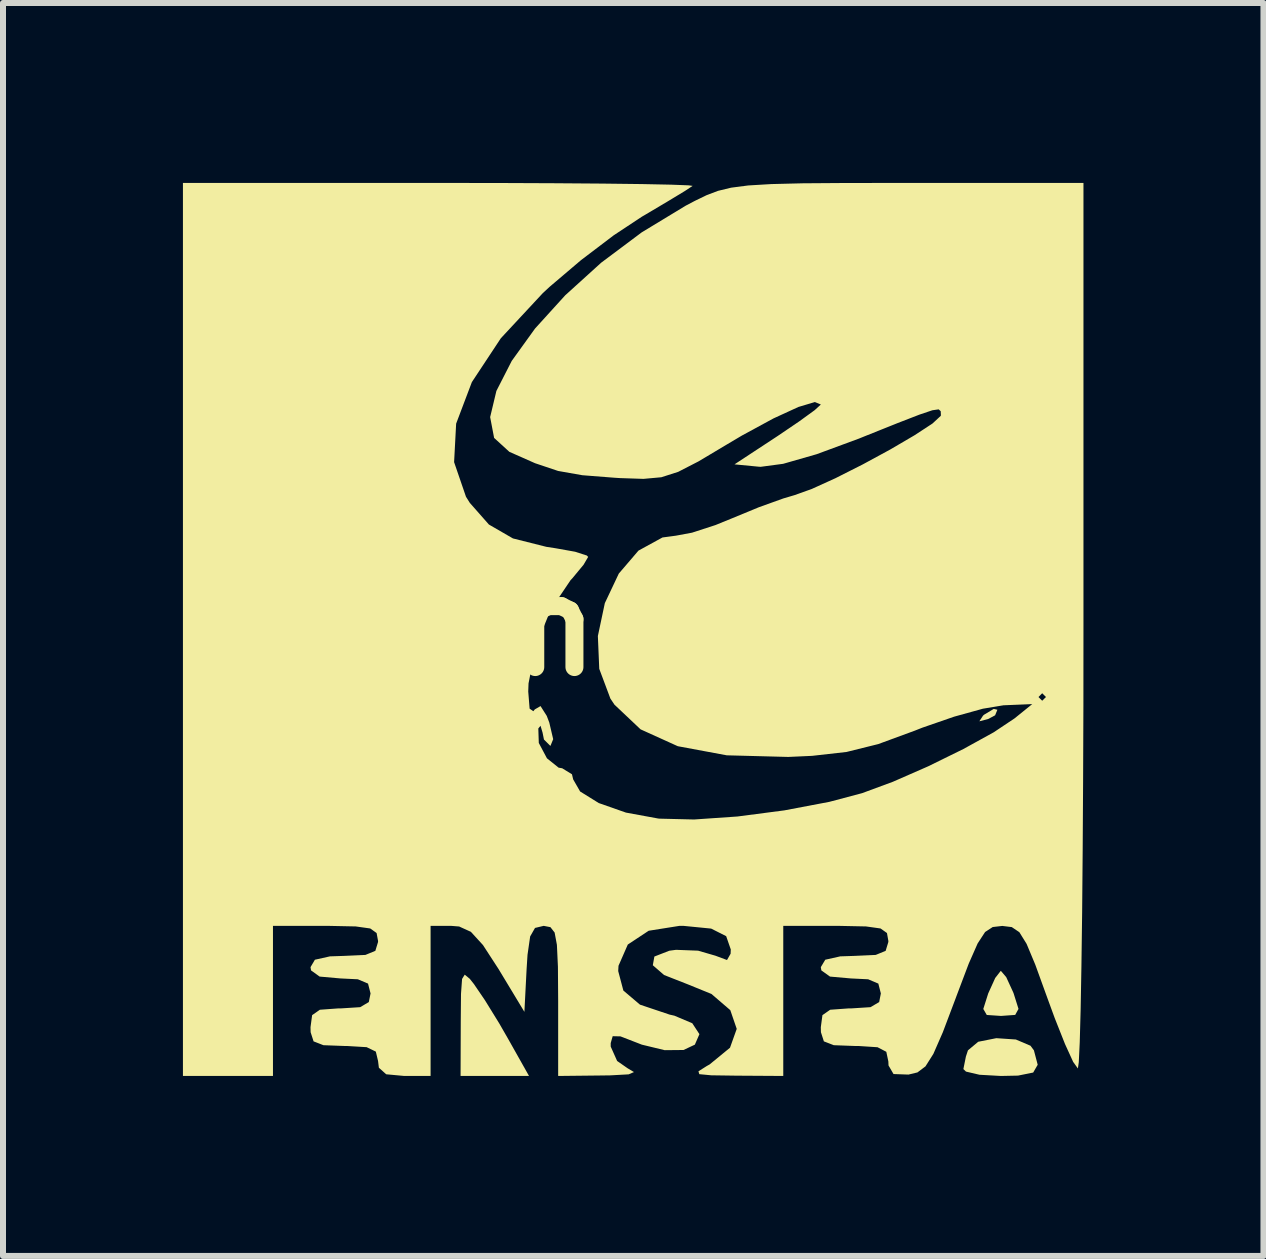
<source format=kicad_pcb>
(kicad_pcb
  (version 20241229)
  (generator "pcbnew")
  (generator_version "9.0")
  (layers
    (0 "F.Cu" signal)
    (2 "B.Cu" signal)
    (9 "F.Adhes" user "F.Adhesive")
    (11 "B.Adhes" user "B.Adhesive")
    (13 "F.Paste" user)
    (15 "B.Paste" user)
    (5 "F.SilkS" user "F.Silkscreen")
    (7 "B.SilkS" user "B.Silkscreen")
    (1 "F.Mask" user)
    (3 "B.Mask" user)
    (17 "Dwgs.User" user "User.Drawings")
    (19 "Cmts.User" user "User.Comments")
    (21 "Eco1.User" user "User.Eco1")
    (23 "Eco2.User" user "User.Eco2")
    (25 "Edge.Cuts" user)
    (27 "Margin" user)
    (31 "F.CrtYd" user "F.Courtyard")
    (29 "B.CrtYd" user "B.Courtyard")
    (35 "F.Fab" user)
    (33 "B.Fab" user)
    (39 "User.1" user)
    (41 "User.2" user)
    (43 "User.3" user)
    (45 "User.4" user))
  (footprint "ensea"
    (layer "F.Cu")
    (at 7.507 7.382)
    (property "Reference" "ensea" (at 0 0 0) (layer "F.SilkS") (effects (font (size 1.524 1.524) (thickness 0.3))))
    (attr board_only exclude_from_pos_files exclude_from_bom)
    (fp_poly (pts (xy 6.072 1.401) (xy 6.034 1.494) (xy 5.917 1.556) (xy 5.771 1.594) (xy 5.831 1.502) (xy 5.847 1.486) (xy 6.011 1.387)) (stroke (width 0) (type solid)) (fill yes) (layer "F.SilkS"))
    (fp_poly (pts (xy -2.725 5.887) (xy -2.656 5.974) (xy -2.472 6.244) (xy -2.235 6.628) (xy -2.089 6.882) (xy -1.737 7.507) (xy -2.878 7.507) (xy -2.875 6.6) (xy -2.871 6.138) (xy -2.853 5.889) (xy -2.809 5.818)) (stroke (width 0) (type solid)) (fill yes) (layer "F.SilkS"))
    (fp_poly (pts (xy 6.219 5.859) (xy 6.335 6.111) (xy 6.343 6.131) (xy 6.424 6.389) (xy 6.369 6.489) (xy 6.134 6.506) (xy 6.131 6.506) (xy 5.895 6.49) (xy 5.837 6.39) (xy 5.918 6.134) (xy 5.919 6.131) (xy 6.036 5.873) (xy 6.127 5.756) (xy 6.131 5.756)) (stroke (width 0) (type solid)) (fill yes) (layer "F.SilkS"))
    (fp_poly (pts (xy 6.38 6.899) (xy 6.624 7.003) (xy 6.681 7.08) (xy 6.744 7.32) (xy 6.669 7.45) (xy 6.416 7.501) (xy 6.131 7.507) (xy 5.774 7.487) (xy 5.548 7.434) (xy 5.505 7.392) (xy 5.547 7.183) (xy 5.581 7.08) (xy 5.752 6.937) (xy 6.054 6.877)) (stroke (width 0) (type solid)) (fill yes) (layer "F.SilkS"))
    (fp_poly (pts (xy -2.229 -7.381) (xy -1.313 -7.377) (xy -0.511 -7.371) (xy 0.148 -7.363) (xy 0.635 -7.353) (xy 0.923 -7.342) (xy 0.991 -7.333) (xy 0.864 -7.249) (xy 0.58 -7.077) (xy 0.196 -6.849) (xy 0.146 -6.82) (xy -0.326 -6.508) (xy -0.871 -6.094) (xy -1.389 -5.654) (xy -1.505 -5.547) (xy -2.207 -4.792) (xy -2.69 -4.061) (xy -2.952 -3.369) (xy -2.986 -2.727) (xy -2.788 -2.15) (xy -2.724 -2.048) (xy -2.406 -1.687) (xy -2.005 -1.455) (xy -1.448 -1.315) (xy -1.298 -1.292) (xy -0.968 -1.233) (xy -0.773 -1.17) (xy -0.751 -1.147) (xy -0.827 -1.017) (xy -1.014 -0.791) (xy -1.045 -0.758) (xy -1.375 -0.268) (xy -1.624 0.346) (xy -1.745 0.962) (xy -1.75 1.097) (xy -1.727 1.383) (xy -1.665 1.426) (xy -1.641 1.396) (xy -1.545 1.34) (xy -1.441 1.504) (xy -1.399 1.615) (xy -1.334 1.892) (xy -1.379 2.002) (xy -1.383 2.002) (xy -1.488 1.898) (xy -1.511 1.783) (xy -1.545 1.668) (xy -1.582 1.714) (xy -1.574 1.955) (xy -1.438 2.211) (xy -1.243 2.367) (xy -1.184 2.377) (xy -1.021 2.477) (xy -1.001 2.562) (xy -0.885 2.764) (xy -0.574 2.957) (xy -0.121 3.116) (xy 0.418 3.215) (xy 0.44 3.217) (xy 1.015 3.231) (xy 1.739 3.181) (xy 2.52 3.079) (xy 3.269 2.937) (xy 3.816 2.792) (xy 4.33 2.602) (xy 4.919 2.344) (xy 5.505 2.056) (xy 6.011 1.777) (xy 6.36 1.544) (xy 6.361 1.543) (xy 6.653 1.307) (xy 6.173 1.327) (xy 5.83 1.384) (xy 5.35 1.517) (xy 4.821 1.7) (xy 4.692 1.751) (xy 4.085 1.974) (xy 3.557 2.105) (xy 2.982 2.17) (xy 2.585 2.188) (xy 1.56 2.161) (xy 0.743 2.009) (xy 0.123 1.728) (xy -0.313 1.316) (xy -0.382 1.212) (xy -0.39 1.189) (xy 6.757 1.189) (xy 6.819 1.251) (xy 6.882 1.189) (xy 6.819 1.126) (xy 6.757 1.189) (xy -0.39 1.189) (xy -0.566 0.719) (xy -0.589 0.172) (xy -0.473 -0.376) (xy -0.24 -0.869) (xy 0.088 -1.252) (xy 0.488 -1.471) (xy 0.712 -1.501) (xy 0.981 -1.551) (xy 1.372 -1.678) (xy 1.654 -1.793) (xy 2.095 -1.975) (xy 2.504 -2.122) (xy 2.69 -2.177) (xy 2.975 -2.279) (xy 3.372 -2.459) (xy 3.827 -2.689) (xy 4.286 -2.938) (xy 4.692 -3.176) (xy 4.991 -3.372) (xy 5.127 -3.498) (xy 5.13 -3.51) (xy 5.127 -3.576) (xy 5.093 -3.607) (xy 4.988 -3.592) (xy 4.772 -3.519) (xy 4.408 -3.378) (xy 3.856 -3.157) (xy 3.765 -3.12) (xy 3.058 -2.859) (xy 2.5 -2.699) (xy 2.125 -2.649) (xy 2.093 -2.651) (xy 1.689 -2.69) (xy 2.409 -3.163) (xy 2.767 -3.406) (xy 3.025 -3.593) (xy 3.128 -3.687) (xy 3.128 -3.688) (xy 3.029 -3.729) (xy 2.755 -3.647) (xy 2.339 -3.456) (xy 1.814 -3.171) (xy 1.566 -3.024) (xy 1.09 -2.74) (xy 0.75 -2.565) (xy 0.469 -2.475) (xy 0.172 -2.448) (xy -0.219 -2.461) (xy -0.313 -2.467) (xy -0.849 -2.509) (xy -1.252 -2.58) (xy -1.636 -2.709) (xy -2.065 -2.899) (xy -2.319 -3.131) (xy -2.385 -3.478) (xy -2.281 -3.914) (xy -2.025 -4.415) (xy -1.636 -4.955) (xy -1.133 -5.509) (xy -0.534 -6.052) (xy 0.142 -6.558) (xy 0.876 -7.003) (xy 1.028 -7.083) (xy 1.224 -7.178) (xy 1.414 -7.25) (xy 1.633 -7.303) (xy 1.918 -7.34) (xy 2.304 -7.363) (xy 2.827 -7.376) (xy 3.525 -7.381) (xy 4.432 -7.382) (xy 4.563 -7.382) (xy 7.507 -7.382) (xy 7.507 0) (xy 7.506 1.333) (xy 7.501 2.589) (xy 7.494 3.746) (xy 7.485 4.782) (xy 7.473 5.675) (xy 7.46 6.403) (xy 7.445 6.945) (xy 7.429 7.278) (xy 7.414 7.382) (xy 7.335 7.272) (xy 7.199 6.974) (xy 7.027 6.54) (xy 6.9 6.193) (xy 6.704 5.652) (xy 6.559 5.305) (xy 6.438 5.11) (xy 6.312 5.025) (xy 6.157 5.006) (xy 6.15 5.006) (xy 5.994 5.024) (xy 5.867 5.107) (xy 5.743 5.297) (xy 5.594 5.635) (xy 5.394 6.164) (xy 5.371 6.226) (xy 5.162 6.779) (xy 5.005 7.138) (xy 4.873 7.347) (xy 4.739 7.448) (xy 4.589 7.484) (xy 4.34 7.475) (xy 4.257 7.332) (xy 4.254 7.265) (xy 4.22 7.104) (xy 4.074 7.028) (xy 3.752 7.007) (xy 3.691 7.007) (xy 3.344 6.994) (xy 3.179 6.93) (xy 3.13 6.778) (xy 3.128 6.694) (xy 3.155 6.493) (xy 3.284 6.403) (xy 3.585 6.381) (xy 3.629 6.381) (xy 3.956 6.36) (xy 4.101 6.275) (xy 4.129 6.131) (xy 4.087 5.967) (xy 3.917 5.895) (xy 3.629 5.881) (xy 3.281 5.85) (xy 3.137 5.747) (xy 3.128 5.693) (xy 3.202 5.569) (xy 3.452 5.513) (xy 3.691 5.505) (xy 4.043 5.489) (xy 4.209 5.421) (xy 4.254 5.273) (xy 4.254 5.255) (xy 4.231 5.124) (xy 4.124 5.048) (xy 3.881 5.014) (xy 3.448 5.005) (xy 3.378 5.005) (xy 2.502 5.005) (xy 2.502 7.507) (xy 1.72 7.502) (xy 1.302 7.496) (xy 1.102 7.477) (xy 1.088 7.429) (xy 1.227 7.341) (xy 1.274 7.315) (xy 1.614 7.036) (xy 1.726 6.722) (xy 1.619 6.41) (xy 1.305 6.14) (xy 0.907 5.978) (xy 0.515 5.824) (xy 0.327 5.661) (xy 0.353 5.516) (xy 0.602 5.419) (xy 0.714 5.404) (xy 1.082 5.418) (xy 1.371 5.502) (xy 1.564 5.574) (xy 1.624 5.469) (xy 1.627 5.398) (xy 1.55 5.176) (xy 1.3 5.05) (xy 0.844 5.005) (xy 0.768 5.005) (xy 0.258 5.086) (xy -0.09 5.316) (xy -0.245 5.67) (xy -0.25 5.758) (xy -0.164 6.083) (xy 0.113 6.318) (xy 0.607 6.484) (xy 0.687 6.502) (xy 0.985 6.628) (xy 1.104 6.81) (xy 1.028 6.985) (xy 0.839 7.074) (xy 0.525 7.077) (xy 0.144 6.985) (xy 0.08 6.96) (xy -0.212 6.847) (xy -0.342 6.844) (xy -0.375 6.959) (xy -0.375 7.017) (xy -0.268 7.257) (xy -0.094 7.378) (xy 0.013 7.442) (xy -0.075 7.48) (xy -0.382 7.497) (xy -0.532 7.499) (xy -1.251 7.507) (xy -1.251 6.256) (xy -1.255 5.686) (xy -1.272 5.321) (xy -1.31 5.116) (xy -1.38 5.026) (xy -1.489 5.005) (xy -1.495 5.005) (xy -1.637 5.039) (xy -1.718 5.181) (xy -1.762 5.487) (xy -1.777 5.721) (xy -1.814 6.438) (xy -2.247 5.721) (xy -2.505 5.324) (xy -2.706 5.104) (xy -2.902 5.015) (xy -3.029 5.005) (xy -3.378 5.005) (xy -3.378 7.507) (xy -3.816 7.507) (xy -4.118 7.479) (xy -4.24 7.37) (xy -4.254 7.257) (xy -4.291 7.101) (xy -4.444 7.027) (xy -4.777 7.007) (xy -4.817 7.007) (xy -5.165 6.994) (xy -5.329 6.93) (xy -5.378 6.778) (xy -5.38 6.694) (xy -5.353 6.493) (xy -5.224 6.403) (xy -4.923 6.381) (xy -4.88 6.381) (xy -4.552 6.36) (xy -4.408 6.275) (xy -4.379 6.131) (xy -4.421 5.967) (xy -4.591 5.895) (xy -4.88 5.881) (xy -5.228 5.85) (xy -5.371 5.747) (xy -5.38 5.693) (xy -5.307 5.569) (xy -5.056 5.513) (xy -4.817 5.505) (xy -4.465 5.489) (xy -4.299 5.421) (xy -4.254 5.273) (xy -4.254 5.255) (xy -4.278 5.124) (xy -4.384 5.048) (xy -4.627 5.014) (xy -5.06 5.005) (xy -5.13 5.005) (xy -6.006 5.005) (xy -6.006 7.507) (xy -7.507 7.507) (xy -7.507 -7.382) (xy -3.232 -7.382)) (stroke (width 0) (type solid)) (fill yes) (layer "F.SilkS")))
  (gr_rect
    (start -3 -3)
    (end 18.015 17.89)
    (stroke (width 0.1) (type default))
    (fill no)
    (layer "Edge.Cuts")))
</source>
